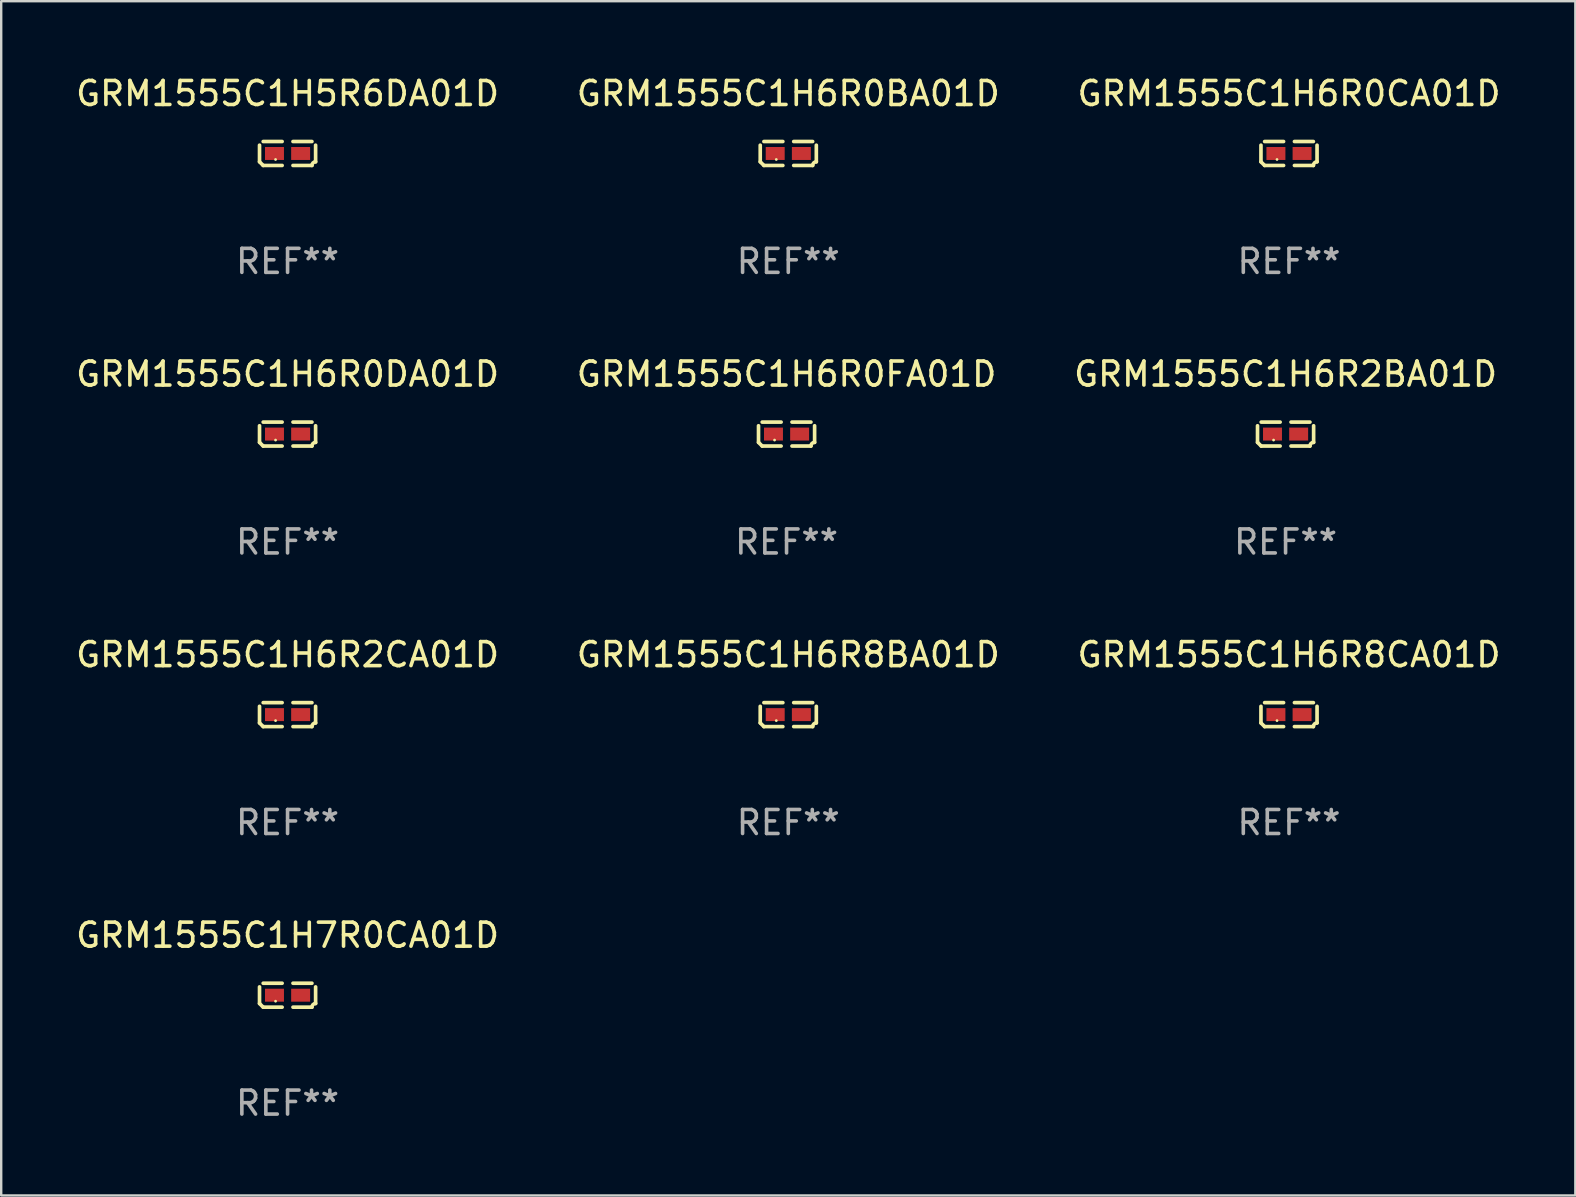
<source format=kicad_pcb>
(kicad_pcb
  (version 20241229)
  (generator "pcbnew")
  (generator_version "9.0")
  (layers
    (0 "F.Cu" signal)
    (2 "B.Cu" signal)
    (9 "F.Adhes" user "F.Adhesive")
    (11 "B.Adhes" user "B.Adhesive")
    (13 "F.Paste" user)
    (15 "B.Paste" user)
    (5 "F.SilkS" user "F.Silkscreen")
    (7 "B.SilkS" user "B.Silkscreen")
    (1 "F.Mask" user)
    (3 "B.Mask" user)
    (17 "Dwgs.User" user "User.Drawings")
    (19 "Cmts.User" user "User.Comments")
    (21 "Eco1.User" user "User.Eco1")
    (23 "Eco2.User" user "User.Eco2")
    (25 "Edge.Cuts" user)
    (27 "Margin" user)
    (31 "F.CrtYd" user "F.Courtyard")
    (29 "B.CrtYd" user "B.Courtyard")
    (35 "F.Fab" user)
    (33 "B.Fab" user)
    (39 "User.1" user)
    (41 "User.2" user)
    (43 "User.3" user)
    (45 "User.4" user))
  (footprint "GRM1555C1H5R6DA01D"
    (layer "F.Cu")
    (at 8.935 3.347)
    (property "Reference" "GRM1555C1H5R6DA01D" (at 0 -2.499 0) (layer "F.SilkS") (effects (font (size 1 1) (thickness 0.15))))
    (attr through_hole)
    (fp_line (start -1.169 0.346) (end -1.169 -0.346) (stroke (width 0.152) (type solid)) (layer "F.SilkS"))
    (fp_line (start -1.016 -0.499) (end -0.226 -0.499) (stroke (width 0.152) (type solid)) (layer "F.SilkS"))
    (fp_line (start -0.226 0.499) (end -1.016 0.499) (stroke (width 0.152) (type solid)) (layer "F.SilkS"))
    (fp_line (start 0.226 0.499) (end 1.016 0.499) (stroke (width 0.152) (type solid)) (layer "F.SilkS"))
    (fp_line (start 1.016 -0.499) (end 0.226 -0.499) (stroke (width 0.152) (type solid)) (layer "F.SilkS"))
    (fp_line (start 1.169 0.346) (end 1.169 -0.346) (stroke (width 0.152) (type solid)) (layer "F.SilkS"))
    (fp_arc (start -1.016307 0.498603) (mid -1.092512 0.422405) (end -1.16871 0.3462) (stroke (width 0.1524) (type solid)) (layer "F.SilkS"))
    (fp_arc (start 1.016307 0.498603) (mid 1.060899 0.390758) (end 1.168707 0.346076) (stroke (width 0.1524) (type solid)) (layer "F.SilkS"))
    (fp_circle (center -0.5 0.25) (end -0.47 0.25) (stroke (width 0.06) (type solid)) (fill no) (layer "F.SilkS"))
    (fp_text user "REF**" (at 0 4.499 0) (layer "F.Fab") (effects (font (size 1 1) (thickness 0.15))))
    (pad "1" smd rect (at -0.545 0) (size 0.79 0.54) (layers "F.Cu" "F.Mask" "F.Paste"))
    (pad "2" smd rect (at 0.545 0) (size 0.79 0.54) (layers "F.Cu" "F.Mask" "F.Paste")))
  (footprint "GRM1555C1H6R0CA01D"
    (layer "F.Cu")
    (at 50.673 3.347)
    (property "Reference" "GRM1555C1H6R0CA01D" (at 0 -2.499 0) (layer "F.SilkS") (effects (font (size 1 1) (thickness 0.15))))
    (attr through_hole)
    (fp_line (start -1.169 0.346) (end -1.169 -0.346) (stroke (width 0.152) (type solid)) (layer "F.SilkS"))
    (fp_line (start -1.016 -0.499) (end -0.226 -0.499) (stroke (width 0.152) (type solid)) (layer "F.SilkS"))
    (fp_line (start -0.226 0.499) (end -1.016 0.499) (stroke (width 0.152) (type solid)) (layer "F.SilkS"))
    (fp_line (start 0.226 0.499) (end 1.016 0.499) (stroke (width 0.152) (type solid)) (layer "F.SilkS"))
    (fp_line (start 1.016 -0.499) (end 0.226 -0.499) (stroke (width 0.152) (type solid)) (layer "F.SilkS"))
    (fp_line (start 1.169 0.346) (end 1.169 -0.346) (stroke (width 0.152) (type solid)) (layer "F.SilkS"))
    (fp_arc (start -1.016307 0.498603) (mid -1.092512 0.422405) (end -1.16871 0.3462) (stroke (width 0.1524) (type solid)) (layer "F.SilkS"))
    (fp_arc (start 1.016307 0.498603) (mid 1.060899 0.390758) (end 1.168707 0.346076) (stroke (width 0.1524) (type solid)) (layer "F.SilkS"))
    (fp_circle (center -0.5 0.25) (end -0.47 0.25) (stroke (width 0.06) (type solid)) (fill no) (layer "F.SilkS"))
    (fp_text user "REF**" (at 0 4.499 0) (layer "F.Fab") (effects (font (size 1 1) (thickness 0.15))))
    (pad "1" smd rect (at -0.545 0) (size 0.79 0.54) (layers "F.Cu" "F.Mask" "F.Paste"))
    (pad "2" smd rect (at 0.545 0) (size 0.79 0.54) (layers "F.Cu" "F.Mask" "F.Paste")))
  (footprint "GRM1555C1H6R2BA01D"
    (layer "F.Cu")
    (at 50.53 15.041)
    (property "Reference" "GRM1555C1H6R2BA01D" (at 0 -2.499 0) (layer "F.SilkS") (effects (font (size 1 1) (thickness 0.15))))
    (attr through_hole)
    (fp_line (start -1.169 0.346) (end -1.169 -0.346) (stroke (width 0.152) (type solid)) (layer "F.SilkS"))
    (fp_line (start -1.016 -0.499) (end -0.226 -0.499) (stroke (width 0.152) (type solid)) (layer "F.SilkS"))
    (fp_line (start -0.226 0.499) (end -1.016 0.499) (stroke (width 0.152) (type solid)) (layer "F.SilkS"))
    (fp_line (start 0.226 0.499) (end 1.016 0.499) (stroke (width 0.152) (type solid)) (layer "F.SilkS"))
    (fp_line (start 1.016 -0.499) (end 0.226 -0.499) (stroke (width 0.152) (type solid)) (layer "F.SilkS"))
    (fp_line (start 1.169 0.346) (end 1.169 -0.346) (stroke (width 0.152) (type solid)) (layer "F.SilkS"))
    (fp_arc (start -1.016307 0.498603) (mid -1.092512 0.422405) (end -1.16871 0.3462) (stroke (width 0.1524) (type solid)) (layer "F.SilkS"))
    (fp_arc (start 1.016307 0.498603) (mid 1.060899 0.390758) (end 1.168707 0.346076) (stroke (width 0.1524) (type solid)) (layer "F.SilkS"))
    (fp_circle (center -0.5 0.25) (end -0.47 0.25) (stroke (width 0.06) (type solid)) (fill no) (layer "F.SilkS"))
    (fp_text user "REF**" (at 0 4.499 0) (layer "F.Fab") (effects (font (size 1 1) (thickness 0.15))))
    (pad "1" smd rect (at -0.545 0) (size 0.79 0.54) (layers "F.Cu" "F.Mask" "F.Paste"))
    (pad "2" smd rect (at 0.545 0) (size 0.79 0.54) (layers "F.Cu" "F.Mask" "F.Paste")))
  (footprint "GRM1555C1H6R2CA01D"
    (layer "F.Cu")
    (at 8.935 26.734)
    (property "Reference" "GRM1555C1H6R2CA01D" (at 0 -2.499 0) (layer "F.SilkS") (effects (font (size 1 1) (thickness 0.15))))
    (attr through_hole)
    (fp_line (start -1.169 0.346) (end -1.169 -0.346) (stroke (width 0.152) (type solid)) (layer "F.SilkS"))
    (fp_line (start -1.016 -0.499) (end -0.226 -0.499) (stroke (width 0.152) (type solid)) (layer "F.SilkS"))
    (fp_line (start -0.226 0.499) (end -1.016 0.499) (stroke (width 0.152) (type solid)) (layer "F.SilkS"))
    (fp_line (start 0.226 0.499) (end 1.016 0.499) (stroke (width 0.152) (type solid)) (layer "F.SilkS"))
    (fp_line (start 1.016 -0.499) (end 0.226 -0.499) (stroke (width 0.152) (type solid)) (layer "F.SilkS"))
    (fp_line (start 1.169 0.346) (end 1.169 -0.346) (stroke (width 0.152) (type solid)) (layer "F.SilkS"))
    (fp_arc (start -1.016307 0.498603) (mid -1.092512 0.422405) (end -1.16871 0.3462) (stroke (width 0.1524) (type solid)) (layer "F.SilkS"))
    (fp_arc (start 1.016307 0.498603) (mid 1.060899 0.390758) (end 1.168707 0.346076) (stroke (width 0.1524) (type solid)) (layer "F.SilkS"))
    (fp_circle (center -0.5 0.25) (end -0.47 0.25) (stroke (width 0.06) (type solid)) (fill no) (layer "F.SilkS"))
    (fp_text user "REF**" (at 0 4.499 0) (layer "F.Fab") (effects (font (size 1 1) (thickness 0.15))))
    (pad "1" smd rect (at -0.545 0) (size 0.79 0.54) (layers "F.Cu" "F.Mask" "F.Paste"))
    (pad "2" smd rect (at 0.545 0) (size 0.79 0.54) (layers "F.Cu" "F.Mask" "F.Paste")))
  (footprint "GRM1555C1H6R0DA01D"
    (layer "F.Cu")
    (at 8.935 15.041)
    (property "Reference" "GRM1555C1H6R0DA01D" (at 0 -2.499 0) (layer "F.SilkS") (effects (font (size 1 1) (thickness 0.15))))
    (attr through_hole)
    (fp_line (start -1.169 0.346) (end -1.169 -0.346) (stroke (width 0.152) (type solid)) (layer "F.SilkS"))
    (fp_line (start -1.016 -0.499) (end -0.226 -0.499) (stroke (width 0.152) (type solid)) (layer "F.SilkS"))
    (fp_line (start -0.226 0.499) (end -1.016 0.499) (stroke (width 0.152) (type solid)) (layer "F.SilkS"))
    (fp_line (start 0.226 0.499) (end 1.016 0.499) (stroke (width 0.152) (type solid)) (layer "F.SilkS"))
    (fp_line (start 1.016 -0.499) (end 0.226 -0.499) (stroke (width 0.152) (type solid)) (layer "F.SilkS"))
    (fp_line (start 1.169 0.346) (end 1.169 -0.346) (stroke (width 0.152) (type solid)) (layer "F.SilkS"))
    (fp_arc (start -1.016307 0.498603) (mid -1.092512 0.422405) (end -1.16871 0.3462) (stroke (width 0.1524) (type solid)) (layer "F.SilkS"))
    (fp_arc (start 1.016307 0.498603) (mid 1.060899 0.390758) (end 1.168707 0.346076) (stroke (width 0.1524) (type solid)) (layer "F.SilkS"))
    (fp_circle (center -0.5 0.25) (end -0.47 0.25) (stroke (width 0.06) (type solid)) (fill no) (layer "F.SilkS"))
    (fp_text user "REF**" (at 0 4.499 0) (layer "F.Fab") (effects (font (size 1 1) (thickness 0.15))))
    (pad "1" smd rect (at -0.545 0) (size 0.79 0.54) (layers "F.Cu" "F.Mask" "F.Paste"))
    (pad "2" smd rect (at 0.545 0) (size 0.79 0.54) (layers "F.Cu" "F.Mask" "F.Paste")))
  (footprint "GRM1555C1H6R0BA01D"
    (layer "F.Cu")
    (at 29.804 3.347)
    (property "Reference" "GRM1555C1H6R0BA01D" (at 0 -2.499 0) (layer "F.SilkS") (effects (font (size 1 1) (thickness 0.15))))
    (attr through_hole)
    (fp_line (start -1.169 0.346) (end -1.169 -0.346) (stroke (width 0.152) (type solid)) (layer "F.SilkS"))
    (fp_line (start -1.016 -0.499) (end -0.226 -0.499) (stroke (width 0.152) (type solid)) (layer "F.SilkS"))
    (fp_line (start -0.226 0.499) (end -1.016 0.499) (stroke (width 0.152) (type solid)) (layer "F.SilkS"))
    (fp_line (start 0.226 0.499) (end 1.016 0.499) (stroke (width 0.152) (type solid)) (layer "F.SilkS"))
    (fp_line (start 1.016 -0.499) (end 0.226 -0.499) (stroke (width 0.152) (type solid)) (layer "F.SilkS"))
    (fp_line (start 1.169 0.346) (end 1.169 -0.346) (stroke (width 0.152) (type solid)) (layer "F.SilkS"))
    (fp_arc (start -1.016307 0.498603) (mid -1.092512 0.422405) (end -1.16871 0.3462) (stroke (width 0.1524) (type solid)) (layer "F.SilkS"))
    (fp_arc (start 1.016307 0.498603) (mid 1.060899 0.390758) (end 1.168707 0.346076) (stroke (width 0.1524) (type solid)) (layer "F.SilkS"))
    (fp_circle (center -0.5 0.25) (end -0.47 0.25) (stroke (width 0.06) (type solid)) (fill no) (layer "F.SilkS"))
    (fp_text user "REF**" (at 0 4.499 0) (layer "F.Fab") (effects (font (size 1 1) (thickness 0.15))))
    (pad "1" smd rect (at -0.545 0) (size 0.79 0.54) (layers "F.Cu" "F.Mask" "F.Paste"))
    (pad "2" smd rect (at 0.545 0) (size 0.79 0.54) (layers "F.Cu" "F.Mask" "F.Paste")))
  (footprint "GRM1555C1H6R8BA01D"
    (layer "F.Cu")
    (at 29.804 26.734)
    (property "Reference" "GRM1555C1H6R8BA01D" (at 0 -2.499 0) (layer "F.SilkS") (effects (font (size 1 1) (thickness 0.15))))
    (attr through_hole)
    (fp_line (start -1.169 0.346) (end -1.169 -0.346) (stroke (width 0.152) (type solid)) (layer "F.SilkS"))
    (fp_line (start -1.016 -0.499) (end -0.226 -0.499) (stroke (width 0.152) (type solid)) (layer "F.SilkS"))
    (fp_line (start -0.226 0.499) (end -1.016 0.499) (stroke (width 0.152) (type solid)) (layer "F.SilkS"))
    (fp_line (start 0.226 0.499) (end 1.016 0.499) (stroke (width 0.152) (type solid)) (layer "F.SilkS"))
    (fp_line (start 1.016 -0.499) (end 0.226 -0.499) (stroke (width 0.152) (type solid)) (layer "F.SilkS"))
    (fp_line (start 1.169 0.346) (end 1.169 -0.346) (stroke (width 0.152) (type solid)) (layer "F.SilkS"))
    (fp_arc (start -1.016307 0.498603) (mid -1.092512 0.422405) (end -1.16871 0.3462) (stroke (width 0.1524) (type solid)) (layer "F.SilkS"))
    (fp_arc (start 1.016307 0.498603) (mid 1.060899 0.390758) (end 1.168707 0.346076) (stroke (width 0.1524) (type solid)) (layer "F.SilkS"))
    (fp_circle (center -0.5 0.25) (end -0.47 0.25) (stroke (width 0.06) (type solid)) (fill no) (layer "F.SilkS"))
    (fp_text user "REF**" (at 0 4.499 0) (layer "F.Fab") (effects (font (size 1 1) (thickness 0.15))))
    (pad "1" smd rect (at -0.545 0) (size 0.79 0.54) (layers "F.Cu" "F.Mask" "F.Paste"))
    (pad "2" smd rect (at 0.545 0) (size 0.79 0.54) (layers "F.Cu" "F.Mask" "F.Paste")))
  (footprint "GRM1555C1H6R0FA01D"
    (layer "F.Cu")
    (at 29.732 15.041)
    (property "Reference" "GRM1555C1H6R0FA01D" (at 0 -2.499 0) (layer "F.SilkS") (effects (font (size 1 1) (thickness 0.15))))
    (attr through_hole)
    (fp_line (start -1.169 0.346) (end -1.169 -0.346) (stroke (width 0.152) (type solid)) (layer "F.SilkS"))
    (fp_line (start -1.016 -0.499) (end -0.226 -0.499) (stroke (width 0.152) (type solid)) (layer "F.SilkS"))
    (fp_line (start -0.226 0.499) (end -1.016 0.499) (stroke (width 0.152) (type solid)) (layer "F.SilkS"))
    (fp_line (start 0.226 0.499) (end 1.016 0.499) (stroke (width 0.152) (type solid)) (layer "F.SilkS"))
    (fp_line (start 1.016 -0.499) (end 0.226 -0.499) (stroke (width 0.152) (type solid)) (layer "F.SilkS"))
    (fp_line (start 1.169 0.346) (end 1.169 -0.346) (stroke (width 0.152) (type solid)) (layer "F.SilkS"))
    (fp_arc (start -1.016307 0.498603) (mid -1.092512 0.422405) (end -1.16871 0.3462) (stroke (width 0.1524) (type solid)) (layer "F.SilkS"))
    (fp_arc (start 1.016307 0.498603) (mid 1.060899 0.390758) (end 1.168707 0.346076) (stroke (width 0.1524) (type solid)) (layer "F.SilkS"))
    (fp_circle (center -0.5 0.25) (end -0.47 0.25) (stroke (width 0.06) (type solid)) (fill no) (layer "F.SilkS"))
    (fp_text user "REF**" (at 0 4.499 0) (layer "F.Fab") (effects (font (size 1 1) (thickness 0.15))))
    (pad "1" smd rect (at -0.545 0) (size 0.79 0.54) (layers "F.Cu" "F.Mask" "F.Paste"))
    (pad "2" smd rect (at 0.545 0) (size 0.79 0.54) (layers "F.Cu" "F.Mask" "F.Paste")))
  (footprint "GRM1555C1H6R8CA01D"
    (layer "F.Cu")
    (at 50.673 26.734)
    (property "Reference" "GRM1555C1H6R8CA01D" (at 0 -2.499 0) (layer "F.SilkS") (effects (font (size 1 1) (thickness 0.15))))
    (attr through_hole)
    (fp_line (start -1.169 0.346) (end -1.169 -0.346) (stroke (width 0.152) (type solid)) (layer "F.SilkS"))
    (fp_line (start -1.016 -0.499) (end -0.226 -0.499) (stroke (width 0.152) (type solid)) (layer "F.SilkS"))
    (fp_line (start -0.226 0.499) (end -1.016 0.499) (stroke (width 0.152) (type solid)) (layer "F.SilkS"))
    (fp_line (start 0.226 0.499) (end 1.016 0.499) (stroke (width 0.152) (type solid)) (layer "F.SilkS"))
    (fp_line (start 1.016 -0.499) (end 0.226 -0.499) (stroke (width 0.152) (type solid)) (layer "F.SilkS"))
    (fp_line (start 1.169 0.346) (end 1.169 -0.346) (stroke (width 0.152) (type solid)) (layer "F.SilkS"))
    (fp_arc (start -1.016307 0.498603) (mid -1.092512 0.422405) (end -1.16871 0.3462) (stroke (width 0.1524) (type solid)) (layer "F.SilkS"))
    (fp_arc (start 1.016307 0.498603) (mid 1.060899 0.390758) (end 1.168707 0.346076) (stroke (width 0.1524) (type solid)) (layer "F.SilkS"))
    (fp_circle (center -0.5 0.25) (end -0.47 0.25) (stroke (width 0.06) (type solid)) (fill no) (layer "F.SilkS"))
    (fp_text user "REF**" (at 0 4.499 0) (layer "F.Fab") (effects (font (size 1 1) (thickness 0.15))))
    (pad "1" smd rect (at -0.545 0) (size 0.79 0.54) (layers "F.Cu" "F.Mask" "F.Paste"))
    (pad "2" smd rect (at 0.545 0) (size 0.79 0.54) (layers "F.Cu" "F.Mask" "F.Paste")))
  (footprint "GRM1555C1H7R0CA01D"
    (layer "F.Cu")
    (at 8.935 38.428)
    (property "Reference" "GRM1555C1H7R0CA01D" (at 0 -2.499 0) (layer "F.SilkS") (effects (font (size 1 1) (thickness 0.15))))
    (attr through_hole)
    (fp_line (start -1.169 0.346) (end -1.169 -0.346) (stroke (width 0.152) (type solid)) (layer "F.SilkS"))
    (fp_line (start -1.016 -0.499) (end -0.226 -0.499) (stroke (width 0.152) (type solid)) (layer "F.SilkS"))
    (fp_line (start -0.226 0.499) (end -1.016 0.499) (stroke (width 0.152) (type solid)) (layer "F.SilkS"))
    (fp_line (start 0.226 0.499) (end 1.016 0.499) (stroke (width 0.152) (type solid)) (layer "F.SilkS"))
    (fp_line (start 1.016 -0.499) (end 0.226 -0.499) (stroke (width 0.152) (type solid)) (layer "F.SilkS"))
    (fp_line (start 1.169 0.346) (end 1.169 -0.346) (stroke (width 0.152) (type solid)) (layer "F.SilkS"))
    (fp_arc (start -1.016307 0.498603) (mid -1.092512 0.422405) (end -1.16871 0.3462) (stroke (width 0.1524) (type solid)) (layer "F.SilkS"))
    (fp_arc (start 1.016307 0.498603) (mid 1.060899 0.390758) (end 1.168707 0.346076) (stroke (width 0.1524) (type solid)) (layer "F.SilkS"))
    (fp_circle (center -0.5 0.25) (end -0.47 0.25) (stroke (width 0.06) (type solid)) (fill no) (layer "F.SilkS"))
    (fp_text user "REF**" (at 0 4.499 0) (layer "F.Fab") (effects (font (size 1 1) (thickness 0.15))))
    (pad "1" smd rect (at -0.545 0) (size 0.79 0.54) (layers "F.Cu" "F.Mask" "F.Paste"))
    (pad "2" smd rect (at 0.545 0) (size 0.79 0.54) (layers "F.Cu" "F.Mask" "F.Paste")))
  (gr_rect
    (start -3 -3)
    (end 62.607 46.775)
    (stroke (width 0.1) (type default))
    (fill no)
    (layer "Edge.Cuts")))
</source>
